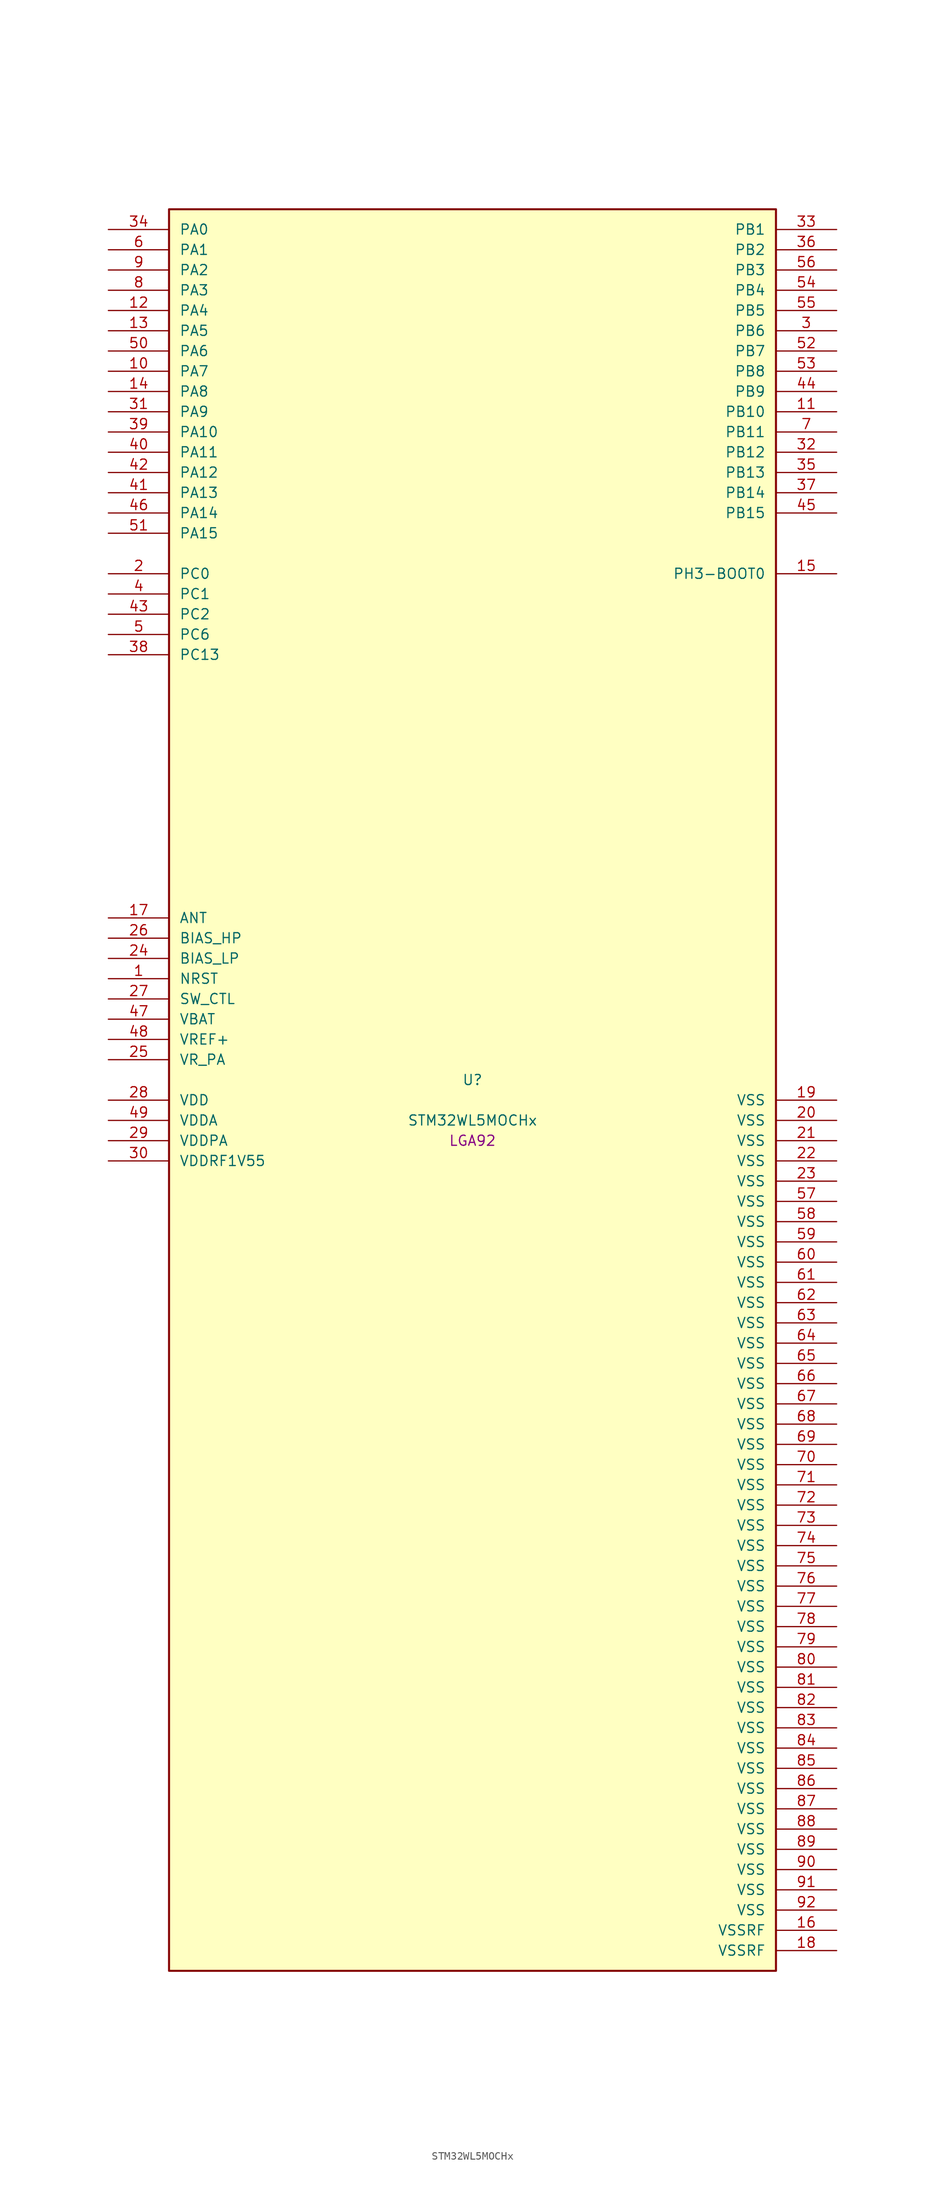
<source format=kicad_sym>
(kicad_symbol_lib
  (version 20241209)
  (generator "stm32_pkl_generator")
  (generator_version "1.0")
  (symbol "STM32WL5MOCHx"
    (pin_names
      (offset 1.27))
    (property "Reference" "U"
      (at 0 2.54 0))
    (property "Value" "STM32WL5MOCHx"
      (at 0 -2.54 0))
    (property "Footprint" "LGA92"
      (at 0 -5.08 0))
    (symbol "STM32WL5MOCHx_1_1"
      (rectangle (start -38.1 111.76) (end 38.1 -109.22) (stroke (width 0.254) (type solid)) (fill (type background)))
      (pin bidirectional line (at -45.72 109.22 0) (length 7.62) (name "PA0") (number "34") (alternate "PA0/COMP1_OUT" bidirectional line) (alternate "PA0/DEBUG_PWR-REGLP1S" bidirectional line) (alternate "PA0/I2C3_SMBA" bidirectional line) (alternate "PA0/I2S_CKIN" bidirectional line) (alternate "PA0/PWR_WKUP1" bidirectional line) (alternate "PA0/RTC_TAMP_IN2" bidirectional line) (alternate "PA0/TIM2_CH1" bidirectional line) (alternate "PA0/TIM2_ETR" bidirectional line) (alternate "PA0/USART2_CTS" bidirectional line) (alternate "PA0/USART2_NSS" bidirectional line))
      (pin bidirectional line (at -45.72 106.68 0) (length 7.62) (name "PA1") (number "6") (alternate "PA1/DEBUG_PWR-REGLP2S" bidirectional line) (alternate "PA1/I2C1_SMBA" bidirectional line) (alternate "PA1/LPTIM3_OUT" bidirectional line) (alternate "PA1/LPUART1_RTS" bidirectional line) (alternate "PA1/SPI1_SCK" bidirectional line) (alternate "PA1/TIM2_CH2" bidirectional line) (alternate "PA1/USART2_DE" bidirectional line) (alternate "PA1/USART2_RTS" bidirectional line))
      (pin bidirectional line (at -45.72 104.14 0) (length 7.62) (name "PA2") (number "9") (alternate "PA2/COMP2_OUT" bidirectional line) (alternate "PA2/DEBUG_PWR-LDORDY" bidirectional line) (alternate "PA2/LPUART1_TX" bidirectional line) (alternate "PA2/RCC_LSCO" bidirectional line) (alternate "PA2/TIM2_CH3" bidirectional line) (alternate "PA2/USART2_TX" bidirectional line))
      (pin bidirectional line (at -45.72 101.6 0) (length 7.62) (name "PA3") (number "8") (alternate "PA3/I2S2_MCK" bidirectional line) (alternate "PA3/LPUART1_RX" bidirectional line) (alternate "PA3/TIM2_CH4" bidirectional line) (alternate "PA3/USART2_RX" bidirectional line))
      (pin bidirectional line (at -45.72 99.06 0) (length 7.62) (name "PA4") (number "12") (alternate "PA4/DEBUG_SUBGHZSPI-NSSOUT" bidirectional line) (alternate "PA4/LPTIM1_OUT" bidirectional line) (alternate "PA4/LPTIM2_OUT" bidirectional line) (alternate "PA4/RTC_OUT2" bidirectional line) (alternate "PA4/SPI1_NSS" bidirectional line) (alternate "PA4/USART2_CK" bidirectional line))
      (pin bidirectional line (at -45.72 96.52 0) (length 7.62) (name "PA5") (number "13") (alternate "PA5/DEBUG_SUBGHZSPI-SCKOUT" bidirectional line) (alternate "PA5/LPTIM2_ETR" bidirectional line) (alternate "PA5/SPI1_SCK" bidirectional line) (alternate "PA5/SPI2_MISO" bidirectional line) (alternate "PA5/TIM2_CH1" bidirectional line) (alternate "PA5/TIM2_ETR" bidirectional line))
      (pin bidirectional line (at -45.72 93.98 0) (length 7.62) (name "PA6") (number "50") (alternate "PA6/DEBUG_SUBGHZSPI-MISOOUT" bidirectional line) (alternate "PA6/I2C2_SMBA" bidirectional line) (alternate "PA6/LPUART1_CTS" bidirectional line) (alternate "PA6/SPI1_MISO" bidirectional line) (alternate "PA6/TIM16_CH1" bidirectional line) (alternate "PA6/TIM1_BKIN" bidirectional line))
      (pin bidirectional line (at -45.72 91.44 0) (length 7.62) (name "PA7") (number "10") (alternate "PA7/COMP2_OUT" bidirectional line) (alternate "PA7/DEBUG_SUBGHZSPI-MOSIOUT" bidirectional line) (alternate "PA7/I2C3_SCL" bidirectional line) (alternate "PA7/SPI1_MOSI" bidirectional line) (alternate "PA7/TIM17_CH1" bidirectional line) (alternate "PA7/TIM1_CH1N" bidirectional line))
      (pin bidirectional line (at -45.72 88.9 0) (length 7.62) (name "PA8") (number "14") (alternate "PA8/I2S2_CK" bidirectional line) (alternate "PA8/LPTIM2_OUT" bidirectional line) (alternate "PA8/RCC_MCO" bidirectional line) (alternate "PA8/SPI2_SCK" bidirectional line) (alternate "PA8/TIM1_CH1" bidirectional line) (alternate "PA8/USART1_CK" bidirectional line))
      (pin bidirectional line (at -45.72 86.36 0) (length 7.62) (name "PA9") (number "31") (alternate "PA9/DAC_EXTI9" bidirectional line) (alternate "PA9/I2C1_SCL" bidirectional line) (alternate "PA9/I2S2_CK" bidirectional line) (alternate "PA9/I2S2_WS" bidirectional line) (alternate "PA9/SPI2_NSS" bidirectional line) (alternate "PA9/SPI2_SCK" bidirectional line) (alternate "PA9/TIM1_CH2" bidirectional line) (alternate "PA9/USART1_TX" bidirectional line))
      (pin bidirectional line (at -45.72 83.82 0) (length 7.62) (name "PA10") (number "39") (alternate "PA10/ADC_IN6" bidirectional line) (alternate "PA10/COMP1_INM" bidirectional line) (alternate "PA10/COMP2_INM" bidirectional line) (alternate "PA10/DAC_OUT1" bidirectional line) (alternate "PA10/DEBUG_RF-HSE32RDY" bidirectional line) (alternate "PA10/I2C1_SDA" bidirectional line) (alternate "PA10/I2S2_SD" bidirectional line) (alternate "PA10/RTC_REFIN" bidirectional line) (alternate "PA10/SPI2_MOSI" bidirectional line) (alternate "PA10/TIM17_BKIN" bidirectional line) (alternate "PA10/TIM1_CH3" bidirectional line) (alternate "PA10/USART1_RX" bidirectional line))
      (pin bidirectional line (at -45.72 81.28 0) (length 7.62) (name "PA11") (number "40") (alternate "PA11/ADC_EXTI11" bidirectional line) (alternate "PA11/ADC_IN7" bidirectional line) (alternate "PA11/COMP1_INM" bidirectional line) (alternate "PA11/COMP2_INM" bidirectional line) (alternate "PA11/DEBUG_RF-NRESET" bidirectional line) (alternate "PA11/I2C2_SDA" bidirectional line) (alternate "PA11/LPTIM3_ETR" bidirectional line) (alternate "PA11/SPI1_MISO" bidirectional line) (alternate "PA11/TIM1_BKIN2" bidirectional line) (alternate "PA11/TIM1_CH4" bidirectional line) (alternate "PA11/USART1_CTS" bidirectional line) (alternate "PA11/USART1_NSS" bidirectional line))
      (pin bidirectional line (at -45.72 78.74 0) (length 7.62) (name "PA12") (number "42") (alternate "PA12/ADC_IN8" bidirectional line) (alternate "PA12/DEBUG_RF-BUSY" bidirectional line) (alternate "PA12/I2C2_SCL" bidirectional line) (alternate "PA12/LPTIM3_IN1" bidirectional line) (alternate "PA12/SPI1_MOSI" bidirectional line) (alternate "PA12/TIM1_ETR" bidirectional line) (alternate "PA12/USART1_DE" bidirectional line) (alternate "PA12/USART1_RTS" bidirectional line))
      (pin bidirectional line (at -45.72 76.2 0) (length 7.62) (name "PA13") (number "41") (alternate "PA13/ADC_IN9" bidirectional line) (alternate "PA13/DEBUG_JTMS-SWDIO" bidirectional line) (alternate "PA13/I2C2_SMBA" bidirectional line) (alternate "PA13/IR_OUT" bidirectional line))
      (pin bidirectional line (at -45.72 73.66 0) (length 7.62) (name "PA14") (number "46") (alternate "PA14/ADC_IN10" bidirectional line) (alternate "PA14/DEBUG_JTCK-SWCLK" bidirectional line) (alternate "PA14/I2C1_SMBA" bidirectional line) (alternate "PA14/LPTIM1_OUT" bidirectional line))
      (pin bidirectional line (at -45.72 71.12 0) (length 7.62) (name "PA15") (number "51") (alternate "PA15/ADC_IN11" bidirectional line) (alternate "PA15/COMP1_INM" bidirectional line) (alternate "PA15/COMP2_INP" bidirectional line) (alternate "PA15/DEBUG_JTDI" bidirectional line) (alternate "PA15/I2C2_SDA" bidirectional line) (alternate "PA15/SPI1_NSS" bidirectional line) (alternate "PA15/TIM2_CH1" bidirectional line) (alternate "PA15/TIM2_ETR" bidirectional line))
      (pin bidirectional line (at 45.72 109.22 180) (length 7.62) (name "PB1") (number "33") (alternate "PB1/ADC_IN5" bidirectional line) (alternate "PB1/COMP2_INP" bidirectional line) (alternate "PB1/LPTIM2_IN1" bidirectional line) (alternate "PB1/LPUART1_DE" bidirectional line) (alternate "PB1/LPUART1_RTS" bidirectional line))
      (pin bidirectional line (at 45.72 106.68 180) (length 7.62) (name "PB2") (number "36") (alternate "PB2/ADC_IN4" bidirectional line) (alternate "PB2/COMP1_INP" bidirectional line) (alternate "PB2/COMP2_INM" bidirectional line) (alternate "PB2/DEBUG_RF-SMPSRDY" bidirectional line) (alternate "PB2/I2C3_SMBA" bidirectional line) (alternate "PB2/LPTIM1_OUT" bidirectional line) (alternate "PB2/SPI1_NSS" bidirectional line))
      (pin bidirectional line (at 45.72 104.14 180) (length 7.62) (name "PB3") (number "56") (alternate "PB3/ADC_IN2" bidirectional line) (alternate "PB3/COMP1_INM" bidirectional line) (alternate "PB3/COMP2_INM" bidirectional line) (alternate "PB3/DEBUG_JTDO-SWO" bidirectional line) (alternate "PB3/DEBUG_RF-DTB1" bidirectional line) (alternate "PB3/PWR_WKUP3" bidirectional line) (alternate "PB3/RTC_TAMP_IN3" bidirectional line) (alternate "PB3/SPI1_SCK" bidirectional line) (alternate "PB3/TIM2_CH2" bidirectional line) (alternate "PB3/USART1_DE" bidirectional line) (alternate "PB3/USART1_RTS" bidirectional line))
      (pin bidirectional line (at 45.72 101.6 180) (length 7.62) (name "PB4") (number "54") (alternate "PB4/ADC_IN3" bidirectional line) (alternate "PB4/COMP1_INP" bidirectional line) (alternate "PB4/COMP2_INP" bidirectional line) (alternate "PB4/DEBUG_JTRST" bidirectional line) (alternate "PB4/DEBUG_RF-LDORDY" bidirectional line) (alternate "PB4/I2C3_SDA" bidirectional line) (alternate "PB4/SPI1_MISO" bidirectional line) (alternate "PB4/TIM17_BKIN" bidirectional line) (alternate "PB4/USART1_CTS" bidirectional line) (alternate "PB4/USART1_NSS" bidirectional line))
      (pin bidirectional line (at 45.72 99.06 180) (length 7.62) (name "PB5") (number "55") (alternate "PB5/COMP2_OUT" bidirectional line) (alternate "PB5/I2C1_SMBA" bidirectional line) (alternate "PB5/LPTIM1_IN1" bidirectional line) (alternate "PB5/SPI1_MOSI" bidirectional line) (alternate "PB5/TIM16_BKIN" bidirectional line) (alternate "PB5/USART1_CK" bidirectional line))
      (pin bidirectional line (at 45.72 96.52 180) (length 7.62) (name "PB6") (number "3") (alternate "PB6/I2C1_SCL" bidirectional line) (alternate "PB6/LPTIM1_ETR" bidirectional line) (alternate "PB6/TIM16_CH1N" bidirectional line) (alternate "PB6/USART1_TX" bidirectional line))
      (pin bidirectional line (at 45.72 93.98 180) (length 7.62) (name "PB7") (number "52") (alternate "PB7/I2C1_SDA" bidirectional line) (alternate "PB7/LPTIM1_IN2" bidirectional line) (alternate "PB7/PWR_PVD_IN" bidirectional line) (alternate "PB7/TIM17_CH1N" bidirectional line) (alternate "PB7/TIM1_BKIN" bidirectional line) (alternate "PB7/USART1_RX" bidirectional line))
      (pin bidirectional line (at 45.72 91.44 180) (length 7.62) (name "PB8") (number "53") (alternate "PB8/I2C1_SCL" bidirectional line) (alternate "PB8/TIM16_CH1" bidirectional line) (alternate "PB8/TIM1_CH2N" bidirectional line))
      (pin bidirectional line (at 45.72 88.9 180) (length 7.62) (name "PB9") (number "44") (alternate "PB9/DAC_EXTI9" bidirectional line) (alternate "PB9/I2C1_SDA" bidirectional line) (alternate "PB9/I2S2_WS" bidirectional line) (alternate "PB9/IR_OUT" bidirectional line) (alternate "PB9/SPI2_NSS" bidirectional line) (alternate "PB9/TIM17_CH1" bidirectional line) (alternate "PB9/TIM1_CH3N" bidirectional line))
      (pin bidirectional line (at 45.72 86.36 180) (length 7.62) (name "PB10") (number "11") (alternate "PB10/COMP1_OUT" bidirectional line) (alternate "PB10/I2C3_SCL" bidirectional line) (alternate "PB10/I2S2_CK" bidirectional line) (alternate "PB10/LPUART1_RX" bidirectional line) (alternate "PB10/SPI2_SCK" bidirectional line) (alternate "PB10/TIM2_CH3" bidirectional line))
      (pin bidirectional line (at 45.72 83.82 180) (length 7.62) (name "PB11") (number "7") (alternate "PB11/ADC_EXTI11" bidirectional line) (alternate "PB11/COMP2_OUT" bidirectional line) (alternate "PB11/I2C3_SDA" bidirectional line) (alternate "PB11/LPUART1_TX" bidirectional line) (alternate "PB11/TIM2_CH4" bidirectional line))
      (pin bidirectional line (at 45.72 81.28 180) (length 7.62) (name "PB12") (number "32") (alternate "PB12/I2C3_SMBA" bidirectional line) (alternate "PB12/I2S2_WS" bidirectional line) (alternate "PB12/LPUART1_RTS" bidirectional line) (alternate "PB12/SPI2_NSS" bidirectional line) (alternate "PB12/TIM1_BKIN" bidirectional line))
      (pin bidirectional line (at 45.72 78.74 180) (length 7.62) (name "PB13") (number "35") (alternate "PB13/ADC_IN0" bidirectional line) (alternate "PB13/I2C3_SCL" bidirectional line) (alternate "PB13/I2S2_CK" bidirectional line) (alternate "PB13/LPUART1_CTS" bidirectional line) (alternate "PB13/SPI2_SCK" bidirectional line) (alternate "PB13/TIM1_CH1N" bidirectional line))
      (pin bidirectional line (at 45.72 76.2 180) (length 7.62) (name "PB14") (number "37") (alternate "PB14/ADC_IN1" bidirectional line) (alternate "PB14/I2C3_SDA" bidirectional line) (alternate "PB14/I2S2_MCK" bidirectional line) (alternate "PB14/SPI2_MISO" bidirectional line) (alternate "PB14/TIM1_CH2N" bidirectional line))
      (pin bidirectional line (at 45.72 73.66 180) (length 7.62) (name "PB15") (number "45") (alternate "PB15/I2C2_SCL" bidirectional line) (alternate "PB15/I2S2_SD" bidirectional line) (alternate "PB15/SPI2_MOSI" bidirectional line) (alternate "PB15/TIM1_CH3N" bidirectional line))
      (pin bidirectional line (at -45.72 66.04 0) (length 7.62) (name "PC0") (number "2") (alternate "PC0/I2C3_SCL" bidirectional line) (alternate "PC0/LPTIM1_IN1" bidirectional line) (alternate "PC0/LPTIM2_IN1" bidirectional line) (alternate "PC0/LPUART1_RX" bidirectional line))
      (pin bidirectional line (at -45.72 63.5 0) (length 7.62) (name "PC1") (number "4") (alternate "PC1/I2C3_SDA" bidirectional line) (alternate "PC1/I2S2_SD" bidirectional line) (alternate "PC1/LPTIM1_OUT" bidirectional line) (alternate "PC1/LPUART1_TX" bidirectional line) (alternate "PC1/SPI2_MOSI" bidirectional line))
      (pin bidirectional line (at -45.72 60.96 0) (length 7.62) (name "PC2") (number "43") (alternate "PC2/LPTIM1_IN2" bidirectional line) (alternate "PC2/SPI2_MISO" bidirectional line))
      (pin bidirectional line (at -45.72 58.42 0) (length 7.62) (name "PC6") (number "5") (alternate "PC6/I2S2_MCK" bidirectional line))
      (pin bidirectional line (at -45.72 55.88 0) (length 7.62) (name "PC13") (number "38") (alternate "PC13/PWR_WKUP2" bidirectional line) (alternate "PC13/RTC_OUT1" bidirectional line) (alternate "PC13/RTC_TAMP_IN1" bidirectional line) (alternate "PC13/RTC_TS" bidirectional line))
      (pin bidirectional line (at 45.72 66.04 180) (length 7.62) (name "PH3-BOOT0") (number "15"))
      (pin bidirectional line (at -45.72 22.86 0) (length 7.62) (name "ANT") (number "17"))
      (pin bidirectional line (at -45.72 20.32 0) (length 7.62) (name "BIAS_HP") (number "26"))
      (pin bidirectional line (at -45.72 17.78 0) (length 7.62) (name "BIAS_LP") (number "24"))
      (pin input line (at -45.72 15.24 0) (length 7.62) (name "NRST") (number "1"))
      (pin bidirectional line (at -45.72 12.7 0) (length 7.62) (name "SW_CTL") (number "27"))
      (pin power_in line (at -45.72 10.16 0) (length 7.62) (name "VBAT") (number "47"))
      (pin bidirectional line (at -45.72 7.62 0) (length 7.62) (name "VREF+") (number "48") (alternate "VREF+/VREFBUF_OUT" bidirectional line))
      (pin power_in line (at -45.72 5.08 0) (length 7.62) (name "VR_PA") (number "25"))
      (pin power_in line (at -45.72 0 0) (length 7.62) (name "VDD") (number "28"))
      (pin power_in line (at -45.72 -2.54 0) (length 7.62) (name "VDDA") (number "49"))
      (pin power_in line (at -45.72 -5.08 0) (length 7.62) (name "VDDPA") (number "29"))
      (pin power_in line (at -45.72 -7.62 0) (length 7.62) (name "VDDRF1V55") (number "30"))
      (pin power_in line (at 45.72 0 180) (length 7.62) (name "VSS") (number "19"))
      (pin power_in line (at 45.72 -2.54 180) (length 7.62) (name "VSS") (number "20"))
      (pin power_in line (at 45.72 -5.08 180) (length 7.62) (name "VSS") (number "21"))
      (pin power_in line (at 45.72 -7.62 180) (length 7.62) (name "VSS") (number "22"))
      (pin power_in line (at 45.72 -10.16 180) (length 7.62) (name "VSS") (number "23"))
      (pin power_in line (at 45.72 -12.7 180) (length 7.62) (name "VSS") (number "57"))
      (pin power_in line (at 45.72 -15.24 180) (length 7.62) (name "VSS") (number "58"))
      (pin power_in line (at 45.72 -17.78 180) (length 7.62) (name "VSS") (number "59"))
      (pin power_in line (at 45.72 -20.32 180) (length 7.62) (name "VSS") (number "60"))
      (pin power_in line (at 45.72 -22.86 180) (length 7.62) (name "VSS") (number "61"))
      (pin power_in line (at 45.72 -25.4 180) (length 7.62) (name "VSS") (number "62"))
      (pin power_in line (at 45.72 -27.94 180) (length 7.62) (name "VSS") (number "63"))
      (pin power_in line (at 45.72 -30.48 180) (length 7.62) (name "VSS") (number "64"))
      (pin power_in line (at 45.72 -33.02 180) (length 7.62) (name "VSS") (number "65"))
      (pin power_in line (at 45.72 -35.56 180) (length 7.62) (name "VSS") (number "66"))
      (pin power_in line (at 45.72 -38.1 180) (length 7.62) (name "VSS") (number "67"))
      (pin power_in line (at 45.72 -40.64 180) (length 7.62) (name "VSS") (number "68"))
      (pin power_in line (at 45.72 -43.18 180) (length 7.62) (name "VSS") (number "69"))
      (pin power_in line (at 45.72 -45.72 180) (length 7.62) (name "VSS") (number "70"))
      (pin power_in line (at 45.72 -48.26 180) (length 7.62) (name "VSS") (number "71"))
      (pin power_in line (at 45.72 -50.8 180) (length 7.62) (name "VSS") (number "72"))
      (pin power_in line (at 45.72 -53.34 180) (length 7.62) (name "VSS") (number "73"))
      (pin power_in line (at 45.72 -55.88 180) (length 7.62) (name "VSS") (number "74"))
      (pin power_in line (at 45.72 -58.42 180) (length 7.62) (name "VSS") (number "75"))
      (pin power_in line (at 45.72 -60.96 180) (length 7.62) (name "VSS") (number "76"))
      (pin power_in line (at 45.72 -63.5 180) (length 7.62) (name "VSS") (number "77"))
      (pin power_in line (at 45.72 -66.04 180) (length 7.62) (name "VSS") (number "78"))
      (pin power_in line (at 45.72 -68.58 180) (length 7.62) (name "VSS") (number "79"))
      (pin power_in line (at 45.72 -71.12 180) (length 7.62) (name "VSS") (number "80"))
      (pin power_in line (at 45.72 -73.66 180) (length 7.62) (name "VSS") (number "81"))
      (pin power_in line (at 45.72 -76.2 180) (length 7.62) (name "VSS") (number "82"))
      (pin power_in line (at 45.72 -78.74 180) (length 7.62) (name "VSS") (number "83"))
      (pin power_in line (at 45.72 -81.28 180) (length 7.62) (name "VSS") (number "84"))
      (pin power_in line (at 45.72 -83.82 180) (length 7.62) (name "VSS") (number "85"))
      (pin power_in line (at 45.72 -86.36 180) (length 7.62) (name "VSS") (number "86"))
      (pin power_in line (at 45.72 -88.9 180) (length 7.62) (name "VSS") (number "87"))
      (pin power_in line (at 45.72 -91.44 180) (length 7.62) (name "VSS") (number "88"))
      (pin power_in line (at 45.72 -93.98 180) (length 7.62) (name "VSS") (number "89"))
      (pin power_in line (at 45.72 -96.52 180) (length 7.62) (name "VSS") (number "90"))
      (pin power_in line (at 45.72 -99.06 180) (length 7.62) (name "VSS") (number "91"))
      (pin power_in line (at 45.72 -101.6 180) (length 7.62) (name "VSS") (number "92"))
      (pin power_in line (at 45.72 -104.14 180) (length 7.62) (name "VSSRF") (number "16"))
      (pin power_in line (at 45.72 -106.68 180) (length 7.62) (name "VSSRF") (number "18")))))
</source>
